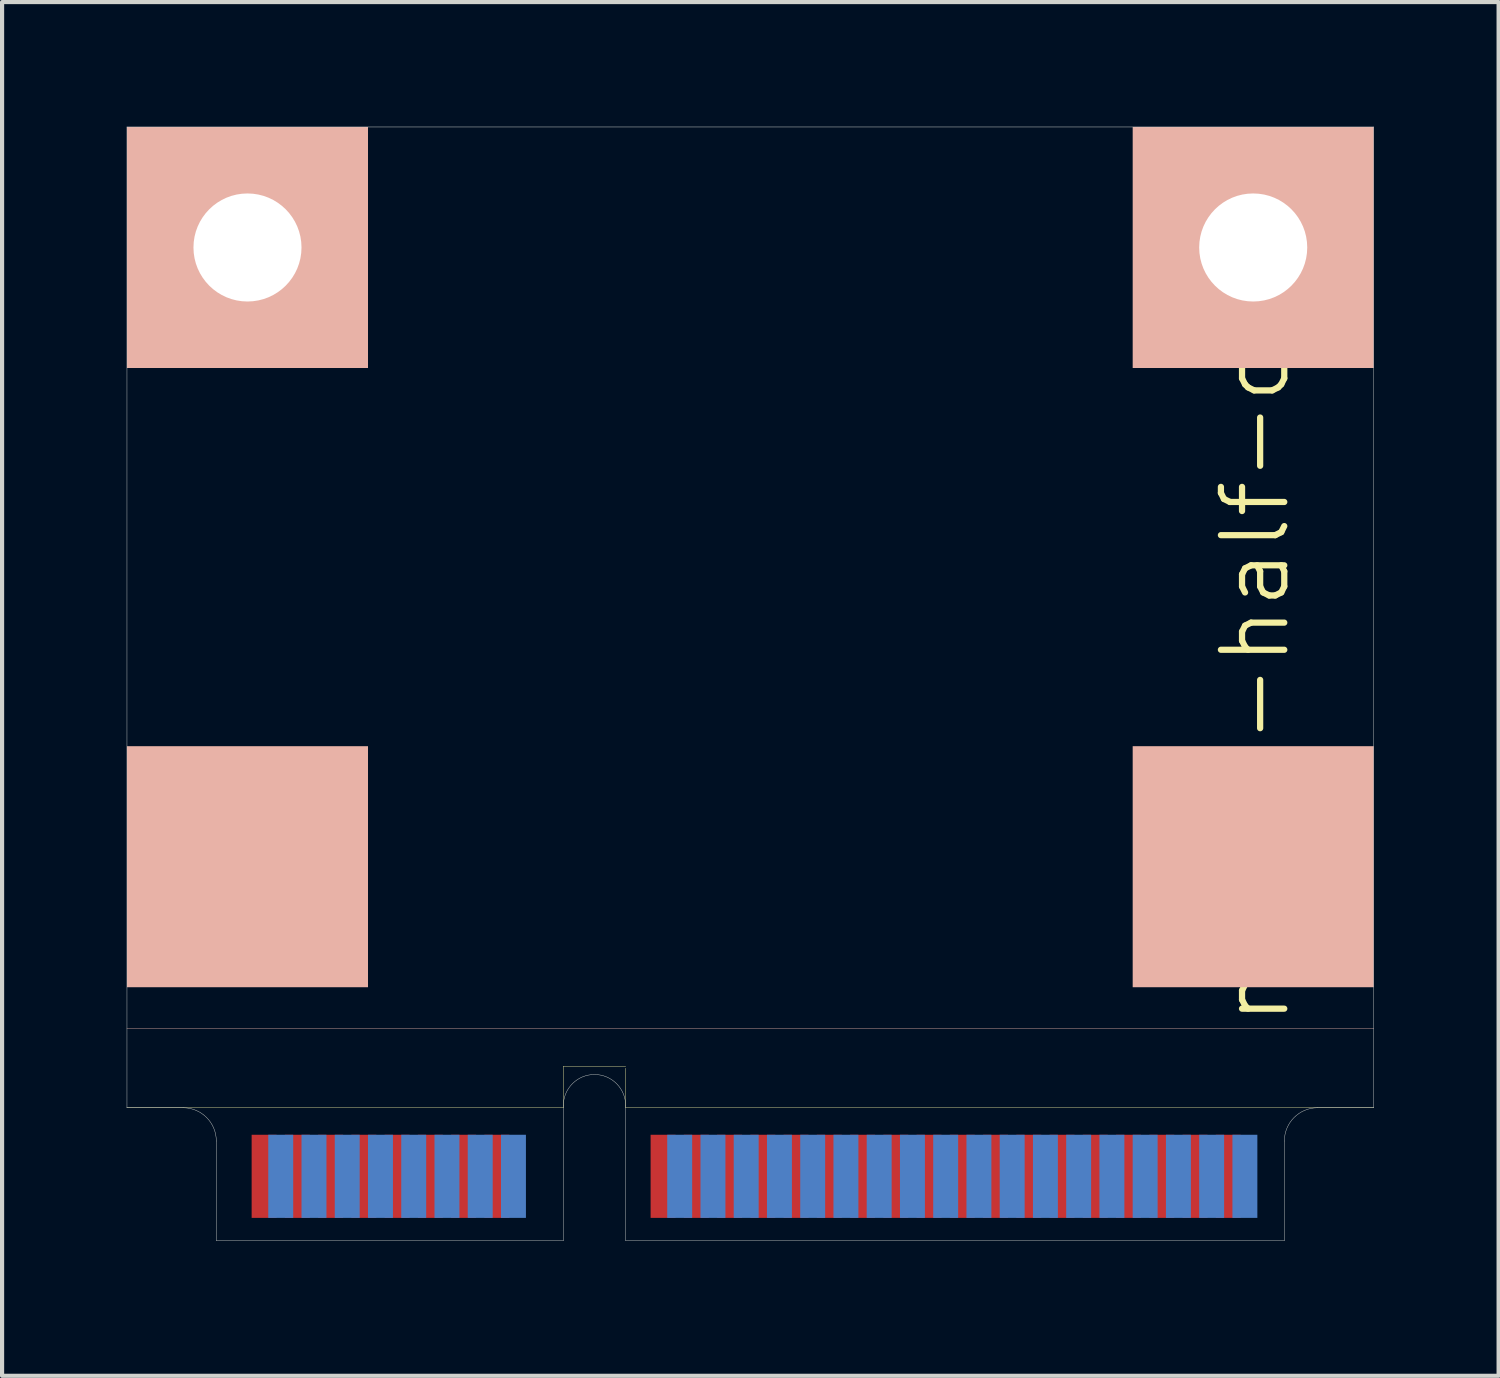
<source format=kicad_pcb>
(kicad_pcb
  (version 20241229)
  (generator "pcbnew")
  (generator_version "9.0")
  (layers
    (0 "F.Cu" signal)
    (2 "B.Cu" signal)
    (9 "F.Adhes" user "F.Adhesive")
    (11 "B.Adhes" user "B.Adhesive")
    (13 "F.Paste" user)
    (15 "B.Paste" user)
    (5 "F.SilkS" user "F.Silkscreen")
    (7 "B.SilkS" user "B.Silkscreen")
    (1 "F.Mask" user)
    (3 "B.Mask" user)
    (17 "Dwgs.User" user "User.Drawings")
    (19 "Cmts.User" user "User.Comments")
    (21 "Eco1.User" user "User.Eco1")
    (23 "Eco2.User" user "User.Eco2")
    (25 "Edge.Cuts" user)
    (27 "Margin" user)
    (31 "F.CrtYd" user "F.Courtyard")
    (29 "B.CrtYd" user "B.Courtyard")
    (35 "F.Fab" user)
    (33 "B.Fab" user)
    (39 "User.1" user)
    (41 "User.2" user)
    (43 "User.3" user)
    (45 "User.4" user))
  (footprint "mpcie-half-card"
    (layer "F.Cu")
    (at 15.005 26.805)
    (property "Reference" "mpcie-half-card" (at 12.15 -15.2 90) (layer "F.SilkS") (effects (font (size 1.524 1.524) (thickness 0.15))))
    (attr through_hole)
    (fp_line (start -15 -3.2) (end -4.5 -3.2) (stroke (width 0.01) (type solid)) (layer "F.SilkS"))
    (fp_line (start -4.5 -4.2) (end -3 -4.2) (stroke (width 0.01) (type solid)) (layer "F.SilkS"))
    (fp_line (start -4.5 -3.2) (end -4.5 -4.2) (stroke (width 0.01) (type solid)) (layer "F.SilkS"))
    (fp_line (start -3 -4.15) (end -3 -3.2) (stroke (width 0.01) (type solid)) (layer "F.SilkS"))
    (fp_line (start -3 -3.2) (end 15 -3.2) (stroke (width 0.01) (type solid)) (layer "F.SilkS"))
    (fp_line (start -15 -5.1) (end 15 -5.1) (stroke (width 0.01) (type solid)) (layer "B.SilkS"))
    (fp_line (start -3.75 -4.5) (end -3.75 -0.15) (stroke (width 0.01) (type solid)) (layer "Eco1.User"))
    (fp_line (start 0 0) (end 0 -26.8) (stroke (width 0.01) (type solid)) (layer "Eco1.User"))
    (fp_line (start -15 -26.8) (end -15 -3.2) (stroke (width 0.01) (type solid)) (layer "Edge.Cuts"))
    (fp_line (start -13.65 -3.2) (end -15 -3.2) (stroke (width 0.01) (type solid)) (layer "Edge.Cuts"))
    (fp_line (start -12.85 0) (end -12.85 -2.4) (stroke (width 0.01) (type solid)) (layer "Edge.Cuts"))
    (fp_line (start -4.5 0) (end -12.85 0) (stroke (width 0.01) (type solid)) (layer "Edge.Cuts"))
    (fp_line (start -4.5 0) (end -4.5 -3.25) (stroke (width 0.01) (type solid)) (layer "Edge.Cuts"))
    (fp_line (start -3 0) (end -3 -3.25) (stroke (width 0.01) (type solid)) (layer "Edge.Cuts"))
    (fp_line (start -3 0) (end 12.85 0) (stroke (width 0.01) (type solid)) (layer "Edge.Cuts"))
    (fp_line (start 12.85 0) (end 12.85 -2.4) (stroke (width 0.01) (type solid)) (layer "Edge.Cuts"))
    (fp_line (start 15 -26.8) (end -15 -26.8) (stroke (width 0.01) (type solid)) (layer "Edge.Cuts"))
    (fp_line (start 15 -3.2) (end 13.65 -3.2) (stroke (width 0.01) (type solid)) (layer "Edge.Cuts"))
    (fp_line (start 15 -3.2) (end 15 -26.8) (stroke (width 0.01) (type solid)) (layer "Edge.Cuts"))
    (fp_arc (start -13.65 -3.2) (mid -13.084315 -2.965685) (end -12.85 -2.4) (stroke (width 0.01) (type solid)) (layer "Edge.Cuts"))
    (fp_arc (start -4.5 -3.25) (mid -3.75 -4) (end -3 -3.25) (stroke (width 0.01) (type solid)) (layer "Edge.Cuts"))
    (fp_arc (start 12.85 -2.4) (mid 13.084315 -2.965685) (end 13.65 -3.2) (stroke (width 0.01) (type solid)) (layer "Edge.Cuts"))
    (fp_text user "Center" (at -0.2 -14.35 90) (layer "Eco1.User") (effects (font (size 0.25 0.25) (thickness 0.025))))
    (pad "" np_thru_hole circle (at -12.1 -23.9) (size 2.6 2.6) (drill 2.6) (layers "*.Cu" "*.Mask" "F.SilkS"))
    (pad "" connect rect (at -12.1 -23.9) (size 5.8 5.8) (layers "B.SilkS"))
    (pad "" connect rect (at -12.1 -9) (size 5.8 5.8) (layers "B.SilkS"))
    (pad "" np_thru_hole circle (at 12.1 -23.9) (size 2.6 2.6) (drill 2.6) (layers "*.Cu" "*.Mask" "F.SilkS"))
    (pad "" connect rect (at 12.1 -23.9) (size 5.8 5.8) (layers "B.SilkS"))
    (pad "" connect rect (at 12.1 -9) (size 5.8 5.8) (layers "B.SilkS"))
    (pad "1" smd rect (at -11.7 -1.55) (size 0.6 2) (layers "F.Cu" "F.Mask" "F.Paste"))
    (pad "2" smd rect (at -11.3 -1.55) (size 0.6 2) (layers "B.Cu" "B.Mask" "B.Paste"))
    (pad "3" smd rect (at -10.9 -1.55) (size 0.6 2) (layers "F.Cu" "F.Mask" "F.Paste"))
    (pad "4" smd rect (at -10.5 -1.55) (size 0.6 2) (layers "B.Cu" "B.Mask" "B.Paste"))
    (pad "5" smd rect (at -10.1 -1.55) (size 0.6 2) (layers "F.Cu" "F.Mask" "F.Paste"))
    (pad "6" smd rect (at -9.7 -1.55) (size 0.6 2) (layers "B.Cu" "B.Mask" "B.Paste"))
    (pad "7" smd rect (at -9.3 -1.55) (size 0.6 2) (layers "F.Cu" "F.Mask" "F.Paste"))
    (pad "8" smd rect (at -8.9 -1.55) (size 0.6 2) (layers "B.Cu" "B.Mask" "B.Paste"))
    (pad "9" smd rect (at -8.5 -1.55) (size 0.6 2) (layers "F.Cu" "F.Mask" "F.Paste"))
    (pad "10" smd rect (at -8.1 -1.55) (size 0.6 2) (layers "B.Cu" "B.Mask" "B.Paste"))
    (pad "11" smd rect (at -7.7 -1.55) (size 0.6 2) (layers "F.Cu" "F.Mask" "F.Paste"))
    (pad "12" smd rect (at -7.3 -1.55) (size 0.6 2) (layers "B.Cu" "B.Mask" "B.Paste"))
    (pad "13" smd rect (at -6.9 -1.55) (size 0.6 2) (layers "F.Cu" "F.Mask" "F.Paste"))
    (pad "14" smd rect (at -6.5 -1.55) (size 0.6 2) (layers "B.Cu" "B.Mask" "B.Paste"))
    (pad "15" smd rect (at -6.1 -1.55) (size 0.6 2) (layers "F.Cu" "F.Mask" "F.Paste"))
    (pad "16" smd rect (at -5.7 -1.55) (size 0.6 2) (layers "B.Cu" "B.Mask" "B.Paste"))
    (pad "17" smd rect (at -2.1 -1.55) (size 0.6 2) (layers "F.Cu" "F.Mask" "F.Paste"))
    (pad "18" smd rect (at -1.7 -1.55) (size 0.6 2) (layers "B.Cu" "B.Mask" "B.Paste"))
    (pad "19" smd rect (at -1.3 -1.55) (size 0.6 2) (layers "F.Cu" "F.Mask" "F.Paste"))
    (pad "20" smd rect (at -0.9 -1.55) (size 0.6 2) (layers "B.Cu" "B.Mask" "B.Paste"))
    (pad "21" smd rect (at -0.5 -1.55) (size 0.6 2) (layers "F.Cu" "F.Mask" "F.Paste"))
    (pad "22" smd rect (at -0.1 -1.55) (size 0.6 2) (layers "B.Cu" "B.Mask" "B.Paste"))
    (pad "23" smd rect (at 0.3 -1.55) (size 0.6 2) (layers "F.Cu" "F.Mask" "F.Paste"))
    (pad "24" smd rect (at 0.7 -1.55) (size 0.6 2) (layers "B.Cu" "B.Mask" "B.Paste"))
    (pad "25" smd rect (at 1.1 -1.55) (size 0.6 2) (layers "F.Cu" "F.Mask" "F.Paste"))
    (pad "26" smd rect (at 1.5 -1.55) (size 0.6 2) (layers "B.Cu" "B.Mask" "B.Paste"))
    (pad "27" smd rect (at 1.9 -1.55) (size 0.6 2) (layers "F.Cu" "F.Mask" "F.Paste"))
    (pad "28" smd rect (at 2.3 -1.55) (size 0.6 2) (layers "B.Cu" "B.Mask" "B.Paste"))
    (pad "29" smd rect (at 2.7 -1.55) (size 0.6 2) (layers "F.Cu" "F.Mask" "F.Paste"))
    (pad "30" smd rect (at 3.1 -1.55) (size 0.6 2) (layers "B.Cu" "B.Mask" "B.Paste"))
    (pad "31" smd rect (at 3.5 -1.55) (size 0.6 2) (layers "F.Cu" "F.Mask" "F.Paste"))
    (pad "32" smd rect (at 3.9 -1.55) (size 0.6 2) (layers "B.Cu" "B.Mask" "B.Paste"))
    (pad "33" smd rect (at 4.3 -1.55) (size 0.6 2) (layers "F.Cu" "F.Mask" "F.Paste"))
    (pad "34" smd rect (at 4.7 -1.55) (size 0.6 2) (layers "B.Cu" "B.Mask" "B.Paste"))
    (pad "35" smd rect (at 5.1 -1.55) (size 0.6 2) (layers "F.Cu" "F.Mask" "F.Paste"))
    (pad "36" smd rect (at 5.5 -1.55) (size 0.6 2) (layers "B.Cu" "B.Mask" "B.Paste"))
    (pad "37" smd rect (at 5.9 -1.55) (size 0.6 2) (layers "F.Cu" "F.Mask" "F.Paste"))
    (pad "38" smd rect (at 6.3 -1.55) (size 0.6 2) (layers "B.Cu" "B.Mask" "B.Paste"))
    (pad "39" smd rect (at 6.7 -1.55) (size 0.6 2) (layers "F.Cu" "F.Mask" "F.Paste"))
    (pad "40" smd rect (at 7.1 -1.55) (size 0.6 2) (layers "B.Cu" "B.Mask" "B.Paste"))
    (pad "41" smd rect (at 7.5 -1.55) (size 0.6 2) (layers "F.Cu" "F.Mask" "F.Paste"))
    (pad "42" smd rect (at 7.9 -1.55) (size 0.6 2) (layers "B.Cu" "B.Mask" "B.Paste"))
    (pad "43" smd rect (at 8.3 -1.55) (size 0.6 2) (layers "F.Cu" "F.Mask" "F.Paste"))
    (pad "44" smd rect (at 8.7 -1.55) (size 0.6 2) (layers "B.Cu" "B.Mask" "B.Paste"))
    (pad "45" smd rect (at 9.1 -1.55) (size 0.6 2) (layers "F.Cu" "F.Mask" "F.Paste"))
    (pad "46" smd rect (at 9.5 -1.55) (size 0.6 2) (layers "B.Cu" "B.Mask" "B.Paste"))
    (pad "47" smd rect (at 9.9 -1.55) (size 0.6 2) (layers "F.Cu" "F.Mask" "F.Paste"))
    (pad "48" smd rect (at 10.3 -1.55) (size 0.6 2) (layers "B.Cu" "B.Mask" "B.Paste"))
    (pad "49" smd rect (at 10.7 -1.55) (size 0.6 2) (layers "F.Cu" "F.Mask" "F.Paste"))
    (pad "50" smd rect (at 11.1 -1.55) (size 0.6 2) (layers "B.Cu" "B.Mask" "B.Paste"))
    (pad "51" smd rect (at 11.5 -1.55) (size 0.6 2) (layers "F.Cu" "F.Mask" "F.Paste"))
    (pad "52" smd rect (at 11.9 -1.55) (size 0.6 2) (layers "B.Cu" "B.Mask" "B.Paste")))
  (gr_rect
    (start -3 -3)
    (end 33.01 30.055)
    (stroke (width 0.1) (type default))
    (fill no)
    (layer "Edge.Cuts")))
</source>
